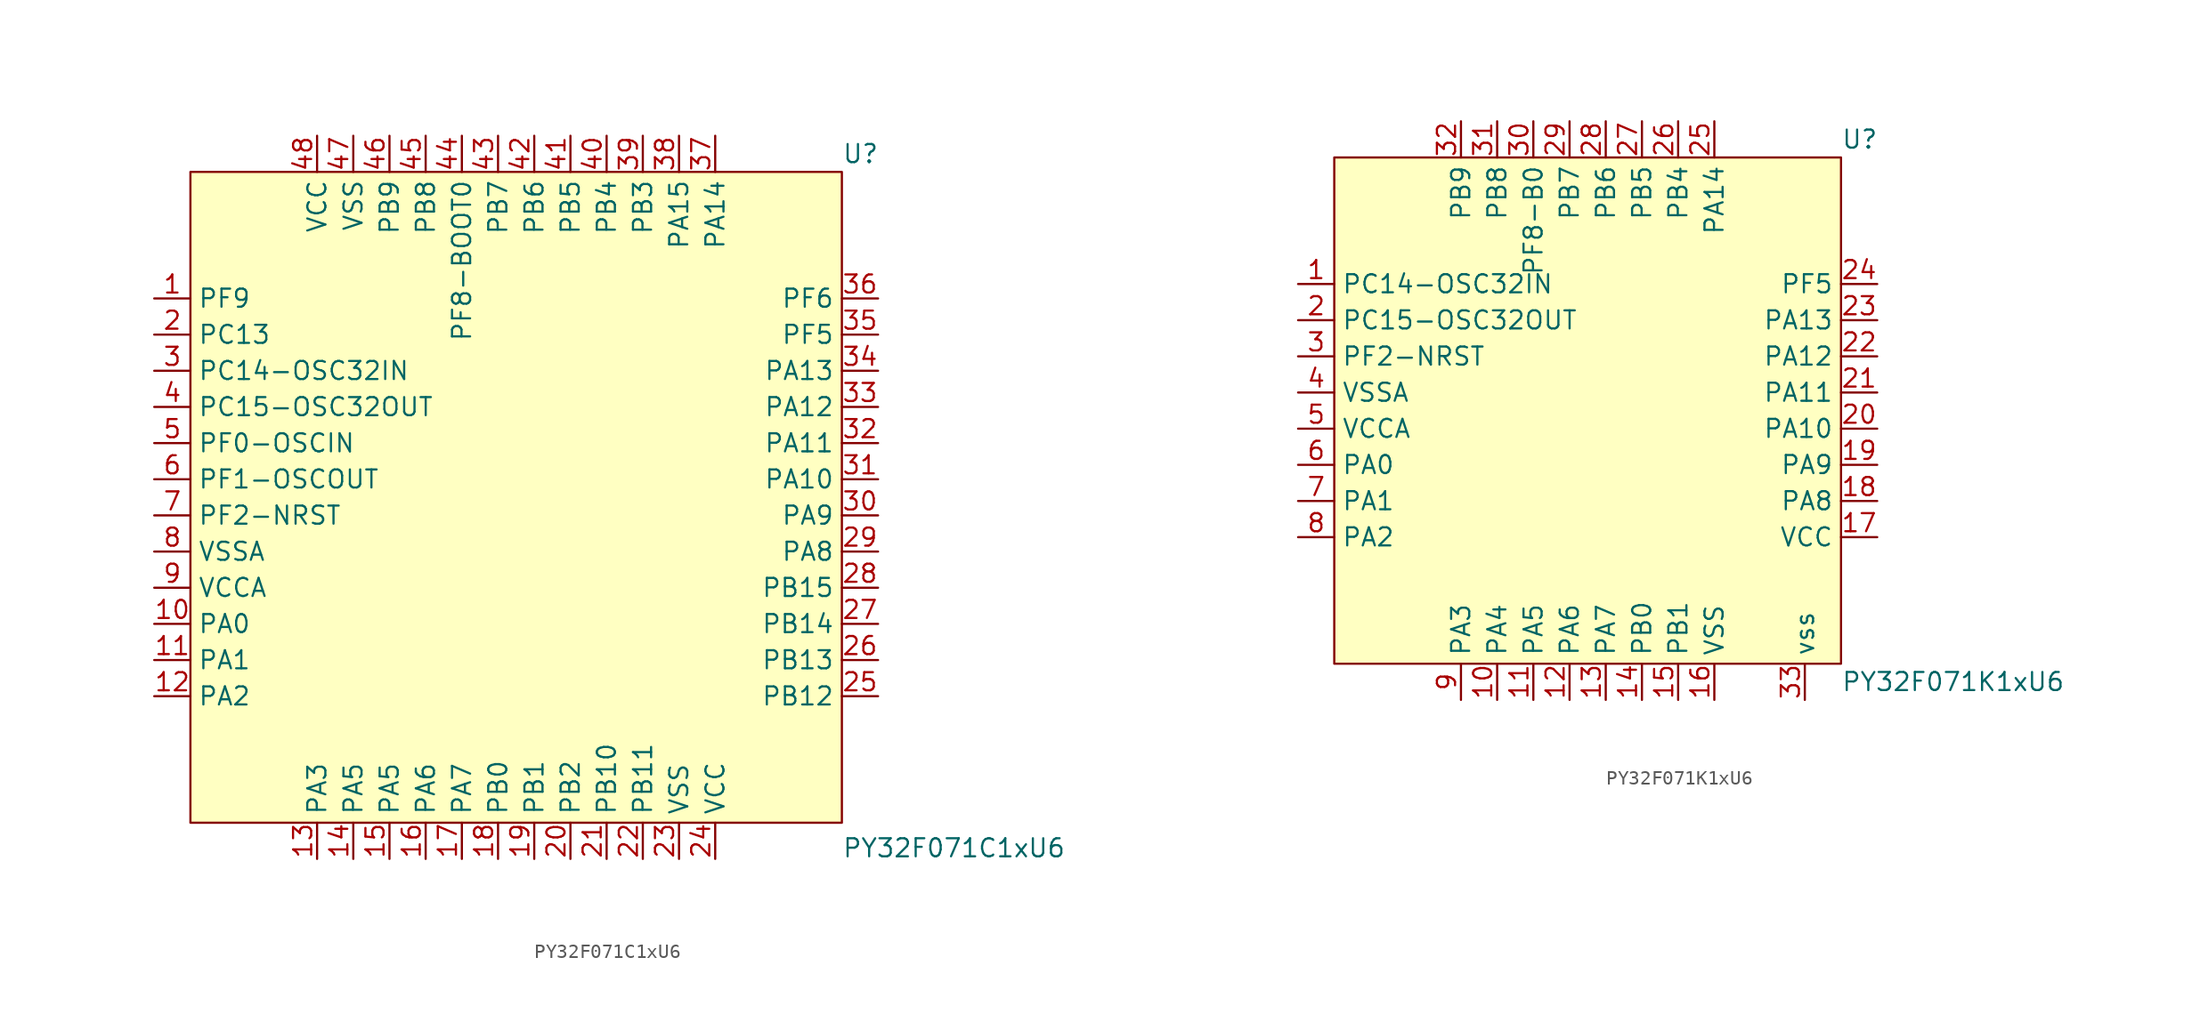
<source format=kicad_sym>
(kicad_symbol_lib
  (version 20241209)
  (generator "kicad_symbol_editor")
  (generator_version "9.0")
  (symbol "PY32F071C1xU6"
    (property "Reference" "U"
      (at 22.86 24.13 0)
      (effects (font (size 1.27 1.27)) (justify left)))
    (property "Value" "PY32F071C1xU6"
      (at 22.86 -24.638 0)
      (effects (font (size 1.27 1.27)) (justify left)))
    (symbol "PY32F071C1xU6_0_0"
      (pin unspecified line (at -25.4 13.97 0) (length 2.54) (name "PF9" (effects (font (size 1.27 1.27)))) (number "1" (effects (font (size 1.27 1.27)))))
      (pin unspecified line (at -25.4 11.43 0) (length 2.54) (name "PC13" (effects (font (size 1.27 1.27)))) (number "2" (effects (font (size 1.27 1.27)))))
      (pin unspecified line (at -25.4 8.89 0) (length 2.54) (name "PC14-OSC32IN" (effects (font (size 1.27 1.27)))) (number "3" (effects (font (size 1.27 1.27)))))
      (pin unspecified line (at -25.4 6.35 0) (length 2.54) (name "PC15-OSC32OUT" (effects (font (size 1.27 1.27)))) (number "4" (effects (font (size 1.27 1.27)))))
      (pin unspecified line (at -25.4 3.81 0) (length 2.54) (name "PF0-OSCIN" (effects (font (size 1.27 1.27)))) (number "5" (effects (font (size 1.27 1.27)))))
      (pin unspecified line (at -25.4 1.27 0) (length 2.54) (name "PF1-OSCOUT" (effects (font (size 1.27 1.27)))) (number "6" (effects (font (size 1.27 1.27)))))
      (pin unspecified line (at -25.4 -1.27 0) (length 2.54) (name "PF2-NRST" (effects (font (size 1.27 1.27)))) (number "7" (effects (font (size 1.27 1.27)))))
      (pin unspecified line (at -25.4 -3.81 0) (length 2.54) (name "VSSA" (effects (font (size 1.27 1.27)))) (number "8" (effects (font (size 1.27 1.27)))))
      (pin unspecified line (at -25.4 -6.35 0) (length 2.54) (name "VCCA" (effects (font (size 1.27 1.27)))) (number "9" (effects (font (size 1.27 1.27)))))
      (pin unspecified line (at -25.4 -8.89 0) (length 2.54) (name "PA0" (effects (font (size 1.27 1.27)))) (number "10" (effects (font (size 1.27 1.27)))))
      (pin unspecified line (at -25.4 -11.43 0) (length 2.54) (name "PA1" (effects (font (size 1.27 1.27)))) (number "11" (effects (font (size 1.27 1.27)))))
      (pin unspecified line (at -25.4 -13.97 0) (length 2.54) (name "PA2" (effects (font (size 1.27 1.27)))) (number "12" (effects (font (size 1.27 1.27)))))
      (pin unspecified line (at -13.97 25.4 270) (length 2.54) (name "VCC" (effects (font (size 1.27 1.27)))) (number "48" (effects (font (size 1.27 1.27)))))
      (pin unspecified line (at -13.97 -25.4 90) (length 2.54) (name "PA3" (effects (font (size 1.27 1.27)))) (number "13" (effects (font (size 1.27 1.27)))))
      (pin unspecified line (at -11.43 25.4 270) (length 2.54) (name "VSS" (effects (font (size 1.27 1.27)))) (number "47" (effects (font (size 1.27 1.27)))))
      (pin unspecified line (at -11.43 -25.4 90) (length 2.54) (name "PA5" (effects (font (size 1.27 1.27)))) (number "14" (effects (font (size 1.27 1.27)))))
      (pin unspecified line (at -8.89 25.4 270) (length 2.54) (name "PB9" (effects (font (size 1.27 1.27)))) (number "46" (effects (font (size 1.27 1.27)))))
      (pin unspecified line (at -8.89 -25.4 90) (length 2.54) (name "PA5" (effects (font (size 1.27 1.27)))) (number "15" (effects (font (size 1.27 1.27)))))
      (pin unspecified line (at -6.35 25.4 270) (length 2.54) (name "PB8" (effects (font (size 1.27 1.27)))) (number "45" (effects (font (size 1.27 1.27)))))
      (pin unspecified line (at -6.35 -25.4 90) (length 2.54) (name "PA6" (effects (font (size 1.27 1.27)))) (number "16" (effects (font (size 1.27 1.27)))))
      (pin unspecified line (at -3.81 25.4 270) (length 2.54) (name "PF8-BOOT0" (effects (font (size 1.27 1.27)))) (number "44" (effects (font (size 1.27 1.27)))))
      (pin unspecified line (at -3.81 -25.4 90) (length 2.54) (name "PA7" (effects (font (size 1.27 1.27)))) (number "17" (effects (font (size 1.27 1.27)))))
      (pin unspecified line (at -1.27 25.4 270) (length 2.54) (name "PB7" (effects (font (size 1.27 1.27)))) (number "43" (effects (font (size 1.27 1.27)))))
      (pin unspecified line (at -1.27 -25.4 90) (length 2.54) (name "PB0" (effects (font (size 1.27 1.27)))) (number "18" (effects (font (size 1.27 1.27)))))
      (pin unspecified line (at 1.27 25.4 270) (length 2.54) (name "PB6" (effects (font (size 1.27 1.27)))) (number "42" (effects (font (size 1.27 1.27)))))
      (pin unspecified line (at 1.27 -25.4 90) (length 2.54) (name "PB1" (effects (font (size 1.27 1.27)))) (number "19" (effects (font (size 1.27 1.27)))))
      (pin unspecified line (at 3.81 -25.4 90) (length 2.54) (name "PB2" (effects (font (size 1.27 1.27)))) (number "20" (effects (font (size 1.27 1.27)))))
      (pin unspecified line (at 6.35 -25.4 90) (length 2.54) (name "PB10" (effects (font (size 1.27 1.27)))) (number "21" (effects (font (size 1.27 1.27)))))
      (pin unspecified line (at 8.89 25.4 270) (length 2.54) (name "PB3" (effects (font (size 1.27 1.27)))) (number "39" (effects (font (size 1.27 1.27)))))
      (pin unspecified line (at 8.89 -25.4 90) (length 2.54) (name "PB11" (effects (font (size 1.27 1.27)))) (number "22" (effects (font (size 1.27 1.27)))))
      (pin unspecified line (at 11.43 25.4 270) (length 2.54) (name "PA15" (effects (font (size 1.27 1.27)))) (number "38" (effects (font (size 1.27 1.27)))))
      (pin unspecified line (at 11.43 -25.4 90) (length 2.54) (name "VSS" (effects (font (size 1.27 1.27)))) (number "23" (effects (font (size 1.27 1.27)))))
      (pin unspecified line (at 13.97 25.4 270) (length 2.54) (name "PA14" (effects (font (size 1.27 1.27)))) (number "37" (effects (font (size 1.27 1.27)))))
      (pin unspecified line (at 25.4 13.97 180) (length 2.54) (name "PF6" (effects (font (size 1.27 1.27)))) (number "36" (effects (font (size 1.27 1.27)))))
      (pin unspecified line (at 25.4 11.43 180) (length 2.54) (name "PF5" (effects (font (size 1.27 1.27)))) (number "35" (effects (font (size 1.27 1.27)))))
      (pin unspecified line (at 25.4 8.89 180) (length 2.54) (name "PA13" (effects (font (size 1.27 1.27)))) (number "34" (effects (font (size 1.27 1.27)))))
      (pin unspecified line (at 25.4 6.35 180) (length 2.54) (name "PA12" (effects (font (size 1.27 1.27)))) (number "33" (effects (font (size 1.27 1.27)))))
      (pin unspecified line (at 25.4 3.81 180) (length 2.54) (name "PA11" (effects (font (size 1.27 1.27)))) (number "32" (effects (font (size 1.27 1.27)))))
      (pin unspecified line (at 25.4 1.27 180) (length 2.54) (name "PA10" (effects (font (size 1.27 1.27)))) (number "31" (effects (font (size 1.27 1.27)))))
      (pin unspecified line (at 25.4 -1.27 180) (length 2.54) (name "PA9" (effects (font (size 1.27 1.27)))) (number "30" (effects (font (size 1.27 1.27)))))
      (pin unspecified line (at 25.4 -3.81 180) (length 2.54) (name "PA8" (effects (font (size 1.27 1.27)))) (number "29" (effects (font (size 1.27 1.27)))))
      (pin unspecified line (at 25.4 -6.35 180) (length 2.54) (name "PB15" (effects (font (size 1.27 1.27)))) (number "28" (effects (font (size 1.27 1.27)))))
      (pin unspecified line (at 25.4 -8.89 180) (length 2.54) (name "PB14" (effects (font (size 1.27 1.27)))) (number "27" (effects (font (size 1.27 1.27)))))
      (pin unspecified line (at 25.4 -11.43 180) (length 2.54) (name "PB13" (effects (font (size 1.27 1.27)))) (number "26" (effects (font (size 1.27 1.27))))))
    (symbol "PY32F071C1xU6_1_0"
      (pin unspecified line (at 3.81 25.4 270) (length 2.54) (name "PB5" (effects (font (size 1.27 1.27)))) (number "41" (effects (font (size 1.27 1.27)))))
      (pin unspecified line (at 6.35 25.4 270) (length 2.54) (name "PB4" (effects (font (size 1.27 1.27)))) (number "40" (effects (font (size 1.27 1.27)))))
      (pin unspecified line (at 13.97 -25.4 90) (length 2.54) (name "VCC" (effects (font (size 1.27 1.27)))) (number "24" (effects (font (size 1.27 1.27)))))
      (pin unspecified line (at 25.4 -13.97 180) (length 2.54) (name "PB12" (effects (font (size 1.27 1.27)))) (number "25" (effects (font (size 1.27 1.27))))))
    (symbol "PY32F071C1xU6_1_1"
      (rectangle (start -22.86 22.86) (end 22.86 -22.86) (stroke (width 0) (type solid)) (fill (type background)))))
  (symbol "PY32F071K1xU6"
    (property "Reference" "U"
      (at 17.78 19.05 0)
      (effects (font (size 1.27 1.27)) (justify left)))
    (property "Value" "PY32F071K1xU6"
      (at 17.78 -19.05 0)
      (effects (font (size 1.27 1.27)) (justify left)))
    (symbol "PY32F071K1xU6_0_0"
      (pin unspecified line (at -20.32 8.89 0) (length 2.54) (name "PC14-OSC32IN" (effects (font (size 1.27 1.27)))) (number "1" (effects (font (size 1.27 1.27)))))
      (pin unspecified line (at -20.32 6.35 0) (length 2.54) (name "PC15-OSC32OUT" (effects (font (size 1.27 1.27)))) (number "2" (effects (font (size 1.27 1.27)))))
      (pin unspecified line (at -20.32 3.81 0) (length 2.54) (name "PF2-NRST" (effects (font (size 1.27 1.27)))) (number "3" (effects (font (size 1.27 1.27)))))
      (pin unspecified line (at -20.32 1.27 0) (length 2.54) (name "VSSA" (effects (font (size 1.27 1.27)))) (number "4" (effects (font (size 1.27 1.27)))))
      (pin unspecified line (at -20.32 -1.27 0) (length 2.54) (name "VCCA" (effects (font (size 1.27 1.27)))) (number "5" (effects (font (size 1.27 1.27)))))
      (pin unspecified line (at -20.32 -3.81 0) (length 2.54) (name "PA0" (effects (font (size 1.27 1.27)))) (number "6" (effects (font (size 1.27 1.27)))))
      (pin unspecified line (at -20.32 -6.35 0) (length 2.54) (name "PA1" (effects (font (size 1.27 1.27)))) (number "7" (effects (font (size 1.27 1.27)))))
      (pin unspecified line (at -20.32 -8.89 0) (length 2.54) (name "PA2" (effects (font (size 1.27 1.27)))) (number "8" (effects (font (size 1.27 1.27)))))
      (pin unspecified line (at -8.89 20.32 270) (length 2.54) (name "PB9" (effects (font (size 1.27 1.27)))) (number "32" (effects (font (size 1.27 1.27)))))
      (pin unspecified line (at -8.89 -20.32 90) (length 2.54) (name "PA3" (effects (font (size 1.27 1.27)))) (number "9" (effects (font (size 1.27 1.27)))))
      (pin unspecified line (at -6.35 20.32 270) (length 2.54) (name "PB8" (effects (font (size 1.27 1.27)))) (number "31" (effects (font (size 1.27 1.27)))))
      (pin unspecified line (at -6.35 -20.32 90) (length 2.54) (name "PA4" (effects (font (size 1.27 1.27)))) (number "10" (effects (font (size 1.27 1.27)))))
      (pin unspecified line (at -3.81 -20.32 90) (length 2.54) (name "PA5" (effects (font (size 1.27 1.27)))) (number "11" (effects (font (size 1.27 1.27)))))
      (pin unspecified line (at -1.27 20.32 270) (length 2.54) (name "PB7" (effects (font (size 1.27 1.27)))) (number "29" (effects (font (size 1.27 1.27)))))
      (pin unspecified line (at -1.27 -20.32 90) (length 2.54) (name "PA6" (effects (font (size 1.27 1.27)))) (number "12" (effects (font (size 1.27 1.27)))))
      (pin unspecified line (at 1.27 20.32 270) (length 2.54) (name "PB6" (effects (font (size 1.27 1.27)))) (number "28" (effects (font (size 1.27 1.27)))))
      (pin unspecified line (at 1.27 -20.32 90) (length 2.54) (name "PA7" (effects (font (size 1.27 1.27)))) (number "13" (effects (font (size 1.27 1.27)))))
      (pin unspecified line (at 3.81 20.32 270) (length 2.54) (name "PB5" (effects (font (size 1.27 1.27)))) (number "27" (effects (font (size 1.27 1.27)))))
      (pin unspecified line (at 3.81 -20.32 90) (length 2.54) (name "PB0" (effects (font (size 1.27 1.27)))) (number "14" (effects (font (size 1.27 1.27)))))
      (pin unspecified line (at 6.35 20.32 270) (length 2.54) (name "PB4" (effects (font (size 1.27 1.27)))) (number "26" (effects (font (size 1.27 1.27)))))
      (pin unspecified line (at 6.35 -20.32 90) (length 2.54) (name "PB1" (effects (font (size 1.27 1.27)))) (number "15" (effects (font (size 1.27 1.27)))))
      (pin unspecified line (at 8.89 -20.32 90) (length 2.54) (name "VSS" (effects (font (size 1.27 1.27)))) (number "16" (effects (font (size 1.27 1.27)))))
      (pin unspecified line (at 20.32 6.35 180) (length 2.54) (name "PA13" (effects (font (size 1.27 1.27)))) (number "23" (effects (font (size 1.27 1.27)))))
      (pin unspecified line (at 20.32 3.81 180) (length 2.54) (name "PA12" (effects (font (size 1.27 1.27)))) (number "22" (effects (font (size 1.27 1.27)))))
      (pin unspecified line (at 20.32 1.27 180) (length 2.54) (name "PA11" (effects (font (size 1.27 1.27)))) (number "21" (effects (font (size 1.27 1.27)))))
      (pin unspecified line (at 20.32 -1.27 180) (length 2.54) (name "PA10" (effects (font (size 1.27 1.27)))) (number "20" (effects (font (size 1.27 1.27)))))
      (pin unspecified line (at 20.32 -3.81 180) (length 2.54) (name "PA9" (effects (font (size 1.27 1.27)))) (number "19" (effects (font (size 1.27 1.27)))))
      (pin unspecified line (at 20.32 -6.35 180) (length 2.54) (name "PA8" (effects (font (size 1.27 1.27)))) (number "18" (effects (font (size 1.27 1.27)))))
      (pin unspecified line (at 20.32 -8.89 180) (length 2.54) (name "VCC" (effects (font (size 1.27 1.27)))) (number "17" (effects (font (size 1.27 1.27))))))
    (symbol "PY32F071K1xU6_1_0"
      (pin unspecified line (at -3.81 20.32 270) (length 2.54) (name "PF8-B0" (effects (font (size 1.27 1.27)))) (number "30" (effects (font (size 1.27 1.27)))))
      (pin unspecified line (at 8.89 20.32 270) (length 2.54) (name "PA14" (effects (font (size 1.27 1.27)))) (number "25" (effects (font (size 1.27 1.27)))))
      (pin unspecified line (at 15.24 -20.32 90) (length 2.54) (name "vss" (effects (font (size 1.27 1.27)))) (number "33" (effects (font (size 1.27 1.27)))))
      (pin unspecified line (at 20.32 8.89 180) (length 2.54) (name "PF5" (effects (font (size 1.27 1.27)))) (number "24" (effects (font (size 1.27 1.27))))))
    (symbol "PY32F071K1xU6_1_1"
      (rectangle (start -17.78 17.78) (end 17.78 -17.78) (stroke (width 0) (type solid)) (fill (type background))))))
</source>
